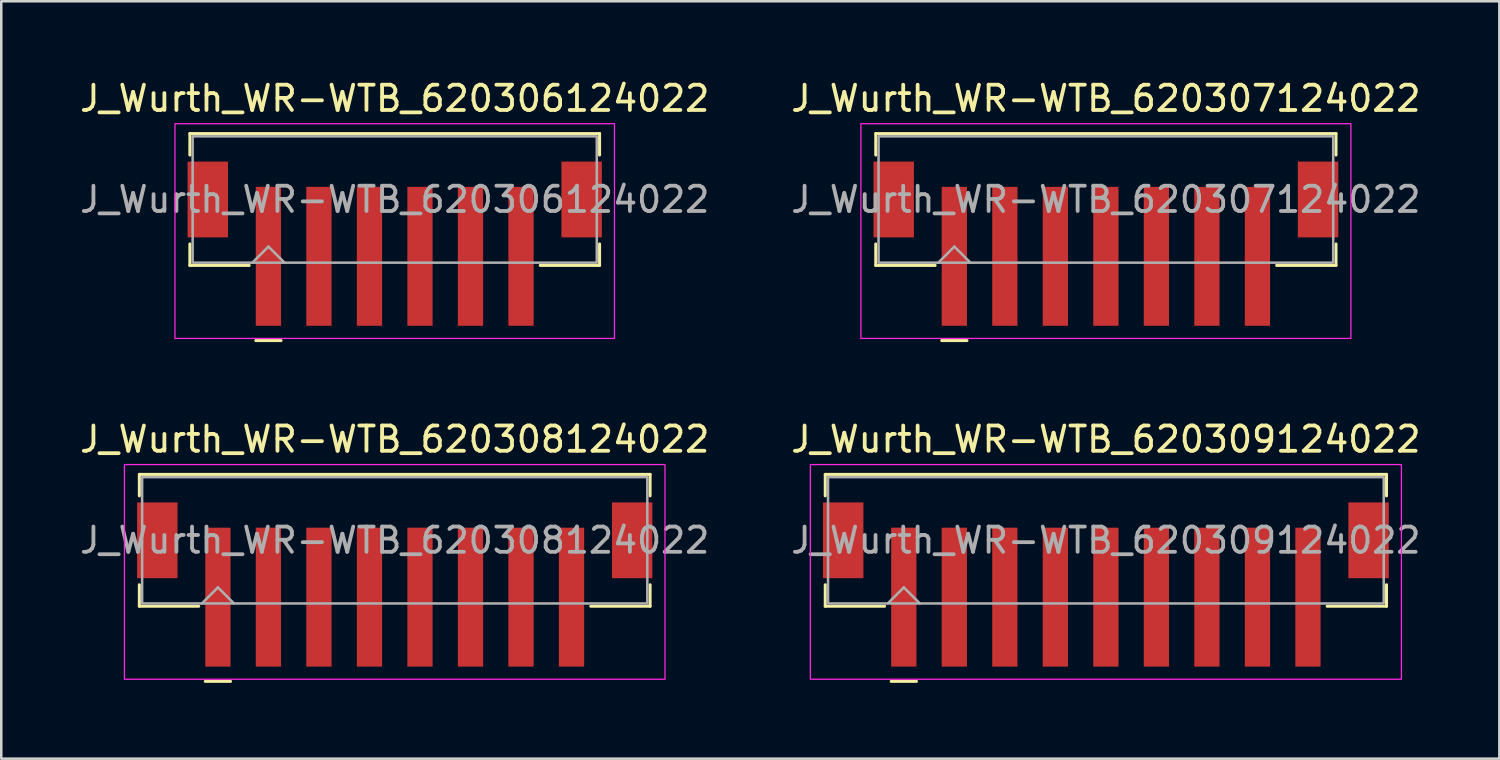
<source format=kicad_pcb>
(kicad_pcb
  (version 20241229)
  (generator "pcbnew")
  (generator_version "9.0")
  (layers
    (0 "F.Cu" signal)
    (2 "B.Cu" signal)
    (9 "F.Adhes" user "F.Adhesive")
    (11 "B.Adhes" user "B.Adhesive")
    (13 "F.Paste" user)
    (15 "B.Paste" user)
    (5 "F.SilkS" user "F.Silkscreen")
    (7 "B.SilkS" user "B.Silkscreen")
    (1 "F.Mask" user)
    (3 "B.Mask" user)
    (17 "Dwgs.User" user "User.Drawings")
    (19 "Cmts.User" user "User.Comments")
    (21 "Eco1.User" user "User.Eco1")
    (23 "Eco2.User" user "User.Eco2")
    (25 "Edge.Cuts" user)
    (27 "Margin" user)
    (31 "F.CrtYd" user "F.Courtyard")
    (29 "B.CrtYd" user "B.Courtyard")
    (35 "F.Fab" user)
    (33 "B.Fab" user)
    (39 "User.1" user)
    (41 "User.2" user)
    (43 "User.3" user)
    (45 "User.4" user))
  (footprint "J_Wurth_WR-WTB_620309124022"
    (layer "F.Cu")
    (at 40.732 18.341)
    (property "Reference" "J_Wurth_WR-WTB_620309124022" (at 0 -4 0) (unlocked yes) (layer "F.SilkS") (effects (font (size 1 1) (thickness 0.15))))
    (attr smd)
    (fp_line (start -11.11 -2.61) (end -11.11 -1.76) (stroke (width 0.12) (type solid)) (layer "F.SilkS"))
    (fp_line (start -11.11 -2.61) (end 11.11 -2.61) (stroke (width 0.12) (type default)) (layer "F.SilkS"))
    (fp_line (start -11.11 1.76) (end -11.11 2.61) (stroke (width 0.12) (type solid)) (layer "F.SilkS"))
    (fp_line (start -8.76 2.61) (end -11.11 2.61) (stroke (width 0.12) (type solid)) (layer "F.SilkS"))
    (fp_line (start -7.5 5.585) (end -8.5 5.585) (stroke (width 0.12) (type solid)) (layer "F.SilkS"))
    (fp_line (start 11.11 -2.61) (end 11.11 -1.76) (stroke (width 0.12) (type solid)) (layer "F.SilkS"))
    (fp_line (start 11.11 1.76) (end 11.11 2.61) (stroke (width 0.12) (type solid)) (layer "F.SilkS"))
    (fp_line (start 11.11 2.61) (end 8.76 2.61) (stroke (width 0.12) (type solid)) (layer "F.SilkS"))
    (fp_rect (start -11.7 -3) (end 11.7 5.5) (stroke (width 0.05) (type solid)) (fill no) (layer "F.CrtYd"))
    (fp_line (start -8 1.865) (end -8.635 2.5) (stroke (width 0.1) (type default)) (layer "F.Fab"))
    (fp_line (start -7.365 2.5) (end -8 1.865) (stroke (width 0.1) (type default)) (layer "F.Fab"))
    (fp_rect (start -11 -2.5) (end 11 2.5) (stroke (width 0.1) (type solid)) (fill no) (layer "F.Fab"))
    (fp_text user "${REFERENCE}" (at 0 0 0) (unlocked yes) (layer "F.Fab") (effects (font (size 1 1) (thickness 0.15))))
    (pad "1" smd rect (at -8 2.25 180) (size 1 5.5) (layers "F.Cu" "F.Mask" "F.Paste"))
    (pad "2" smd rect (at -6 2.25 180) (size 1 5.5) (layers "F.Cu" "F.Mask" "F.Paste"))
    (pad "3" smd rect (at -4 2.25 180) (size 1 5.5) (layers "F.Cu" "F.Mask" "F.Paste"))
    (pad "4" smd rect (at -2 2.25 180) (size 1 5.5) (layers "F.Cu" "F.Mask" "F.Paste"))
    (pad "5" smd rect (at 0 2.25 180) (size 1 5.5) (layers "F.Cu" "F.Mask" "F.Paste"))
    (pad "6" smd rect (at 2 2.25 180) (size 1 5.5) (layers "F.Cu" "F.Mask" "F.Paste"))
    (pad "7" smd rect (at 4 2.25 180) (size 1 5.5) (layers "F.Cu" "F.Mask" "F.Paste"))
    (pad "8" smd rect (at 6 2.25 180) (size 1 5.5) (layers "F.Cu" "F.Mask" "F.Paste"))
    (pad "9" smd rect (at 8 2.25 180) (size 1 5.5) (layers "F.Cu" "F.Mask" "F.Paste"))
    (pad "MP1" smd rect (at 10.4 0 180) (size 1.6 3) (layers "F.Cu" "F.Mask" "F.Paste"))
    (pad "MP2" smd rect (at -10.4 0 180) (size 1.6 3) (layers "F.Cu" "F.Mask" "F.Paste")))
  (footprint "J_Wurth_WR-WTB_620306124022"
    (layer "F.Cu")
    (at 12.577 4.848)
    (property "Reference" "J_Wurth_WR-WTB_620306124022" (at 0 -4 0) (unlocked yes) (layer "F.SilkS") (effects (font (size 1 1) (thickness 0.15))))
    (attr smd)
    (fp_line (start -8.11 -2.61) (end -8.11 -1.76) (stroke (width 0.12) (type solid)) (layer "F.SilkS"))
    (fp_line (start -8.11 -2.61) (end 8.11 -2.61) (stroke (width 0.12) (type default)) (layer "F.SilkS"))
    (fp_line (start -8.11 1.76) (end -8.11 2.61) (stroke (width 0.12) (type solid)) (layer "F.SilkS"))
    (fp_line (start -5.76 2.61) (end -8.11 2.61) (stroke (width 0.12) (type solid)) (layer "F.SilkS"))
    (fp_line (start -4.5 5.585) (end -5.5 5.585) (stroke (width 0.12) (type solid)) (layer "F.SilkS"))
    (fp_line (start 8.11 -2.61) (end 8.11 -1.76) (stroke (width 0.12) (type solid)) (layer "F.SilkS"))
    (fp_line (start 8.11 1.76) (end 8.11 2.61) (stroke (width 0.12) (type solid)) (layer "F.SilkS"))
    (fp_line (start 8.11 2.61) (end 5.76 2.61) (stroke (width 0.12) (type solid)) (layer "F.SilkS"))
    (fp_rect (start -8.7 -3) (end 8.7 5.5) (stroke (width 0.05) (type solid)) (fill no) (layer "F.CrtYd"))
    (fp_line (start -5 1.865) (end -5.635 2.5) (stroke (width 0.1) (type default)) (layer "F.Fab"))
    (fp_line (start -4.365 2.5) (end -5 1.865) (stroke (width 0.1) (type default)) (layer "F.Fab"))
    (fp_rect (start -8 -2.5) (end 8 2.5) (stroke (width 0.1) (type solid)) (fill no) (layer "F.Fab"))
    (fp_text user "${REFERENCE}" (at 0 0 0) (unlocked yes) (layer "F.Fab") (effects (font (size 1 1) (thickness 0.15))))
    (pad "1" smd rect (at -5 2.25 180) (size 1 5.5) (layers "F.Cu" "F.Mask" "F.Paste"))
    (pad "2" smd rect (at -3 2.25 180) (size 1 5.5) (layers "F.Cu" "F.Mask" "F.Paste"))
    (pad "3" smd rect (at -1 2.25 180) (size 1 5.5) (layers "F.Cu" "F.Mask" "F.Paste"))
    (pad "4" smd rect (at 1 2.25 180) (size 1 5.5) (layers "F.Cu" "F.Mask" "F.Paste"))
    (pad "5" smd rect (at 3 2.25 180) (size 1 5.5) (layers "F.Cu" "F.Mask" "F.Paste"))
    (pad "6" smd rect (at 5 2.25 180) (size 1 5.5) (layers "F.Cu" "F.Mask" "F.Paste"))
    (pad "MP1" smd rect (at 7.4 0 180) (size 1.6 3) (layers "F.Cu" "F.Mask" "F.Paste"))
    (pad "MP2" smd rect (at -7.4 0 180) (size 1.6 3) (layers "F.Cu" "F.Mask" "F.Paste")))
  (footprint "J_Wurth_WR-WTB_620307124022"
    (layer "F.Cu")
    (at 40.732 4.848)
    (property "Reference" "J_Wurth_WR-WTB_620307124022" (at 0 -4 0) (unlocked yes) (layer "F.SilkS") (effects (font (size 1 1) (thickness 0.15))))
    (attr smd)
    (fp_line (start -9.11 -2.61) (end -9.11 -1.76) (stroke (width 0.12) (type solid)) (layer "F.SilkS"))
    (fp_line (start -9.11 -2.61) (end 9.11 -2.61) (stroke (width 0.12) (type default)) (layer "F.SilkS"))
    (fp_line (start -9.11 1.76) (end -9.11 2.61) (stroke (width 0.12) (type solid)) (layer "F.SilkS"))
    (fp_line (start -6.76 2.61) (end -9.11 2.61) (stroke (width 0.12) (type solid)) (layer "F.SilkS"))
    (fp_line (start -5.5 5.585) (end -6.5 5.585) (stroke (width 0.12) (type solid)) (layer "F.SilkS"))
    (fp_line (start 9.11 -2.61) (end 9.11 -1.76) (stroke (width 0.12) (type solid)) (layer "F.SilkS"))
    (fp_line (start 9.11 1.76) (end 9.11 2.61) (stroke (width 0.12) (type solid)) (layer "F.SilkS"))
    (fp_line (start 9.11 2.61) (end 6.76 2.61) (stroke (width 0.12) (type solid)) (layer "F.SilkS"))
    (fp_rect (start -9.7 -3) (end 9.7 5.5) (stroke (width 0.05) (type solid)) (fill no) (layer "F.CrtYd"))
    (fp_line (start -6 1.865) (end -6.635 2.5) (stroke (width 0.1) (type default)) (layer "F.Fab"))
    (fp_line (start -5.365 2.5) (end -6 1.865) (stroke (width 0.1) (type default)) (layer "F.Fab"))
    (fp_rect (start -9 -2.5) (end 9 2.5) (stroke (width 0.1) (type solid)) (fill no) (layer "F.Fab"))
    (fp_text user "${REFERENCE}" (at 0 0 0) (unlocked yes) (layer "F.Fab") (effects (font (size 1 1) (thickness 0.15))))
    (pad "1" smd rect (at -6 2.25 180) (size 1 5.5) (layers "F.Cu" "F.Mask" "F.Paste"))
    (pad "2" smd rect (at -4 2.25 180) (size 1 5.5) (layers "F.Cu" "F.Mask" "F.Paste"))
    (pad "3" smd rect (at -2 2.25 180) (size 1 5.5) (layers "F.Cu" "F.Mask" "F.Paste"))
    (pad "4" smd rect (at 0 2.25 180) (size 1 5.5) (layers "F.Cu" "F.Mask" "F.Paste"))
    (pad "5" smd rect (at 2 2.25 180) (size 1 5.5) (layers "F.Cu" "F.Mask" "F.Paste"))
    (pad "6" smd rect (at 4 2.25 180) (size 1 5.5) (layers "F.Cu" "F.Mask" "F.Paste"))
    (pad "7" smd rect (at 6 2.25 180) (size 1 5.5) (layers "F.Cu" "F.Mask" "F.Paste"))
    (pad "MP1" smd rect (at 8.4 0 180) (size 1.6 3) (layers "F.Cu" "F.Mask" "F.Paste"))
    (pad "MP2" smd rect (at -8.4 0 180) (size 1.6 3) (layers "F.Cu" "F.Mask" "F.Paste")))
  (footprint "J_Wurth_WR-WTB_620308124022"
    (layer "F.Cu")
    (at 12.577 18.341)
    (property "Reference" "J_Wurth_WR-WTB_620308124022" (at 0 -4 0) (unlocked yes) (layer "F.SilkS") (effects (font (size 1 1) (thickness 0.15))))
    (attr smd)
    (fp_line (start -10.11 -2.61) (end -10.11 -1.76) (stroke (width 0.12) (type solid)) (layer "F.SilkS"))
    (fp_line (start -10.11 -2.61) (end 10.11 -2.61) (stroke (width 0.12) (type default)) (layer "F.SilkS"))
    (fp_line (start -10.11 1.76) (end -10.11 2.61) (stroke (width 0.12) (type solid)) (layer "F.SilkS"))
    (fp_line (start -7.76 2.61) (end -10.11 2.61) (stroke (width 0.12) (type solid)) (layer "F.SilkS"))
    (fp_line (start -6.5 5.585) (end -7.5 5.585) (stroke (width 0.12) (type solid)) (layer "F.SilkS"))
    (fp_line (start 10.11 -2.61) (end 10.11 -1.76) (stroke (width 0.12) (type solid)) (layer "F.SilkS"))
    (fp_line (start 10.11 1.76) (end 10.11 2.61) (stroke (width 0.12) (type solid)) (layer "F.SilkS"))
    (fp_line (start 10.11 2.61) (end 7.76 2.61) (stroke (width 0.12) (type solid)) (layer "F.SilkS"))
    (fp_rect (start -10.7 -3) (end 10.7 5.5) (stroke (width 0.05) (type solid)) (fill no) (layer "F.CrtYd"))
    (fp_line (start -7 1.865) (end -7.635 2.5) (stroke (width 0.1) (type default)) (layer "F.Fab"))
    (fp_line (start -6.365 2.5) (end -7 1.865) (stroke (width 0.1) (type default)) (layer "F.Fab"))
    (fp_rect (start -10 -2.5) (end 10 2.5) (stroke (width 0.1) (type solid)) (fill no) (layer "F.Fab"))
    (fp_text user "${REFERENCE}" (at 0 0 0) (unlocked yes) (layer "F.Fab") (effects (font (size 1 1) (thickness 0.15))))
    (pad "1" smd rect (at -7 2.25 180) (size 1 5.5) (layers "F.Cu" "F.Mask" "F.Paste"))
    (pad "2" smd rect (at -5 2.25 180) (size 1 5.5) (layers "F.Cu" "F.Mask" "F.Paste"))
    (pad "3" smd rect (at -3 2.25 180) (size 1 5.5) (layers "F.Cu" "F.Mask" "F.Paste"))
    (pad "4" smd rect (at -1 2.25 180) (size 1 5.5) (layers "F.Cu" "F.Mask" "F.Paste"))
    (pad "5" smd rect (at 1 2.25 180) (size 1 5.5) (layers "F.Cu" "F.Mask" "F.Paste"))
    (pad "6" smd rect (at 3 2.25 180) (size 1 5.5) (layers "F.Cu" "F.Mask" "F.Paste"))
    (pad "7" smd rect (at 5 2.25 180) (size 1 5.5) (layers "F.Cu" "F.Mask" "F.Paste"))
    (pad "8" smd rect (at 7 2.25 180) (size 1 5.5) (layers "F.Cu" "F.Mask" "F.Paste"))
    (pad "MP1" smd rect (at 9.4 0 180) (size 1.6 3) (layers "F.Cu" "F.Mask" "F.Paste"))
    (pad "MP2" smd rect (at -9.4 0 180) (size 1.6 3) (layers "F.Cu" "F.Mask" "F.Paste")))
  (gr_rect
    (start -3 -3)
    (end 56.31 26.986)
    (stroke (width 0.1) (type default))
    (fill no)
    (layer "Edge.Cuts")))
</source>
